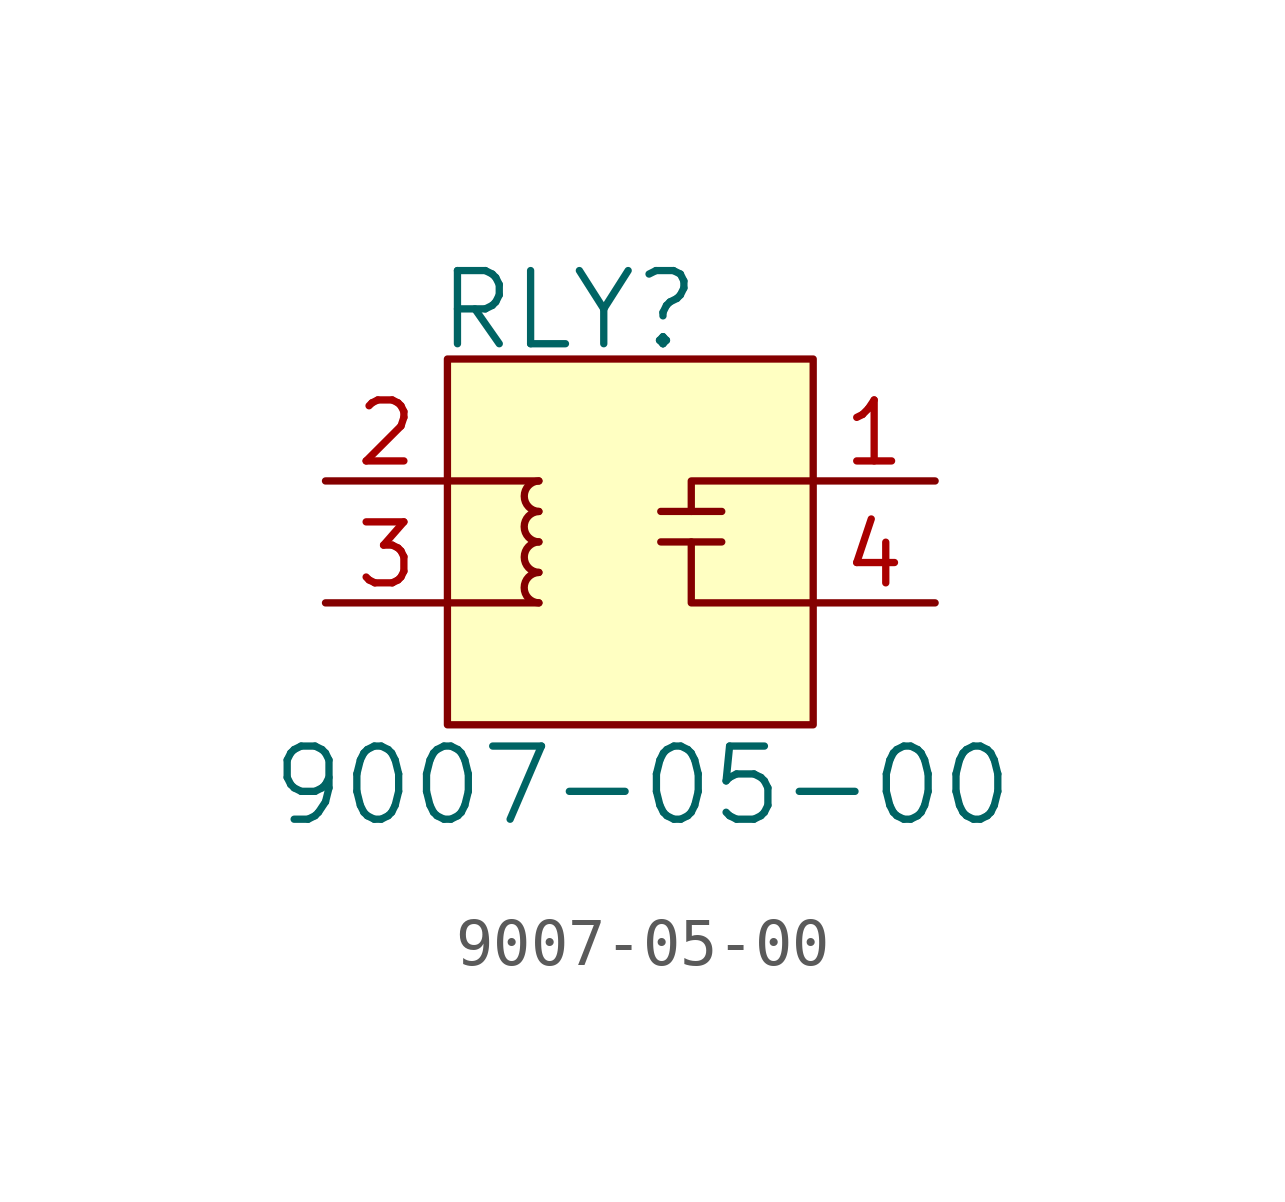
<source format=kicad_sym>
(kicad_symbol_lib
  (version 20231120)
  (generator "kicad_symbol_editor")
  (generator_version "8.0")
  (symbol "9007-05-00"
    (pin_names
      (offset 1.016))
    (property "Reference" "RLY"
      (at -3.556 4.826 0)
      (effects (font (size 1.524 1.524)) (justify left)))
    (property "Value" "9007-05-00"
      (at 0.762 -5.08 0)
      (effects (font (size 1.524 1.524))))
    (symbol "9007-05-00_0_1"
      (rectangle (start -3.302 3.81) (end 4.318 -3.81) (stroke (width 0) (type default)) (fill (type background)))
      (arc (start -1.397 -0.635) (mid -1.7018 -0.9398) (end -1.397 -1.27) (stroke (width 0) (type default)) (fill (type none)))
      (arc (start -1.397 0) (mid -1.7018 -0.3048) (end -1.397 -0.635) (stroke (width 0) (type default)) (fill (type none)))
      (arc (start -1.397 0.635) (mid -1.7018 0.3302) (end -1.397 0) (stroke (width 0) (type default)) (fill (type none)))
      (arc (start -1.397 1.27) (mid -1.7018 0.9652) (end -1.397 0.635) (stroke (width 0) (type default)) (fill (type none)))
      (polyline (pts (xy -3.302 -1.27) (xy -1.397 -1.27)) (stroke (width 0) (type default)) (fill (type none)))
      (polyline (pts (xy -1.397 1.27) (xy -3.302 1.27)) (stroke (width 0) (type default)) (fill (type none)))
      (polyline (pts (xy 1.143 0.635) (xy 2.413 0.635)) (stroke (width 0) (type default)) (fill (type none)))
      (polyline (pts (xy 2.413 0) (xy 1.143 0)) (stroke (width 0) (type default)) (fill (type none)))
      (polyline (pts (xy 1.778 0) (xy 1.778 -1.27) (xy 4.318 -1.27)) (stroke (width 0) (type default)) (fill (type none)))
      (polyline (pts (xy 4.318 1.27) (xy 1.778 1.27) (xy 1.778 0.635)) (stroke (width 0) (type default)) (fill (type none))))
    (symbol "9007-05-00_1_1"
      (pin passive line (at 6.858 1.27 180) (length 2.54) (name "~" (effects (font (size 1.27 1.27)))) (number "1" (effects (font (size 1.27 1.27)))))
      (pin power_in line (at -5.842 1.27 0) (length 2.54) (name "~" (effects (font (size 1.27 1.27)))) (number "2" (effects (font (size 1.27 1.27)))))
      (pin power_in line (at -5.842 -1.27 0) (length 2.54) (name "~" (effects (font (size 1.27 1.27)))) (number "3" (effects (font (size 1.27 1.27)))))
      (pin passive line (at 6.858 -1.27 180) (length 2.54) (name "~" (effects (font (size 1.27 1.27)))) (number "4" (effects (font (size 1.27 1.27))))))))
</source>
